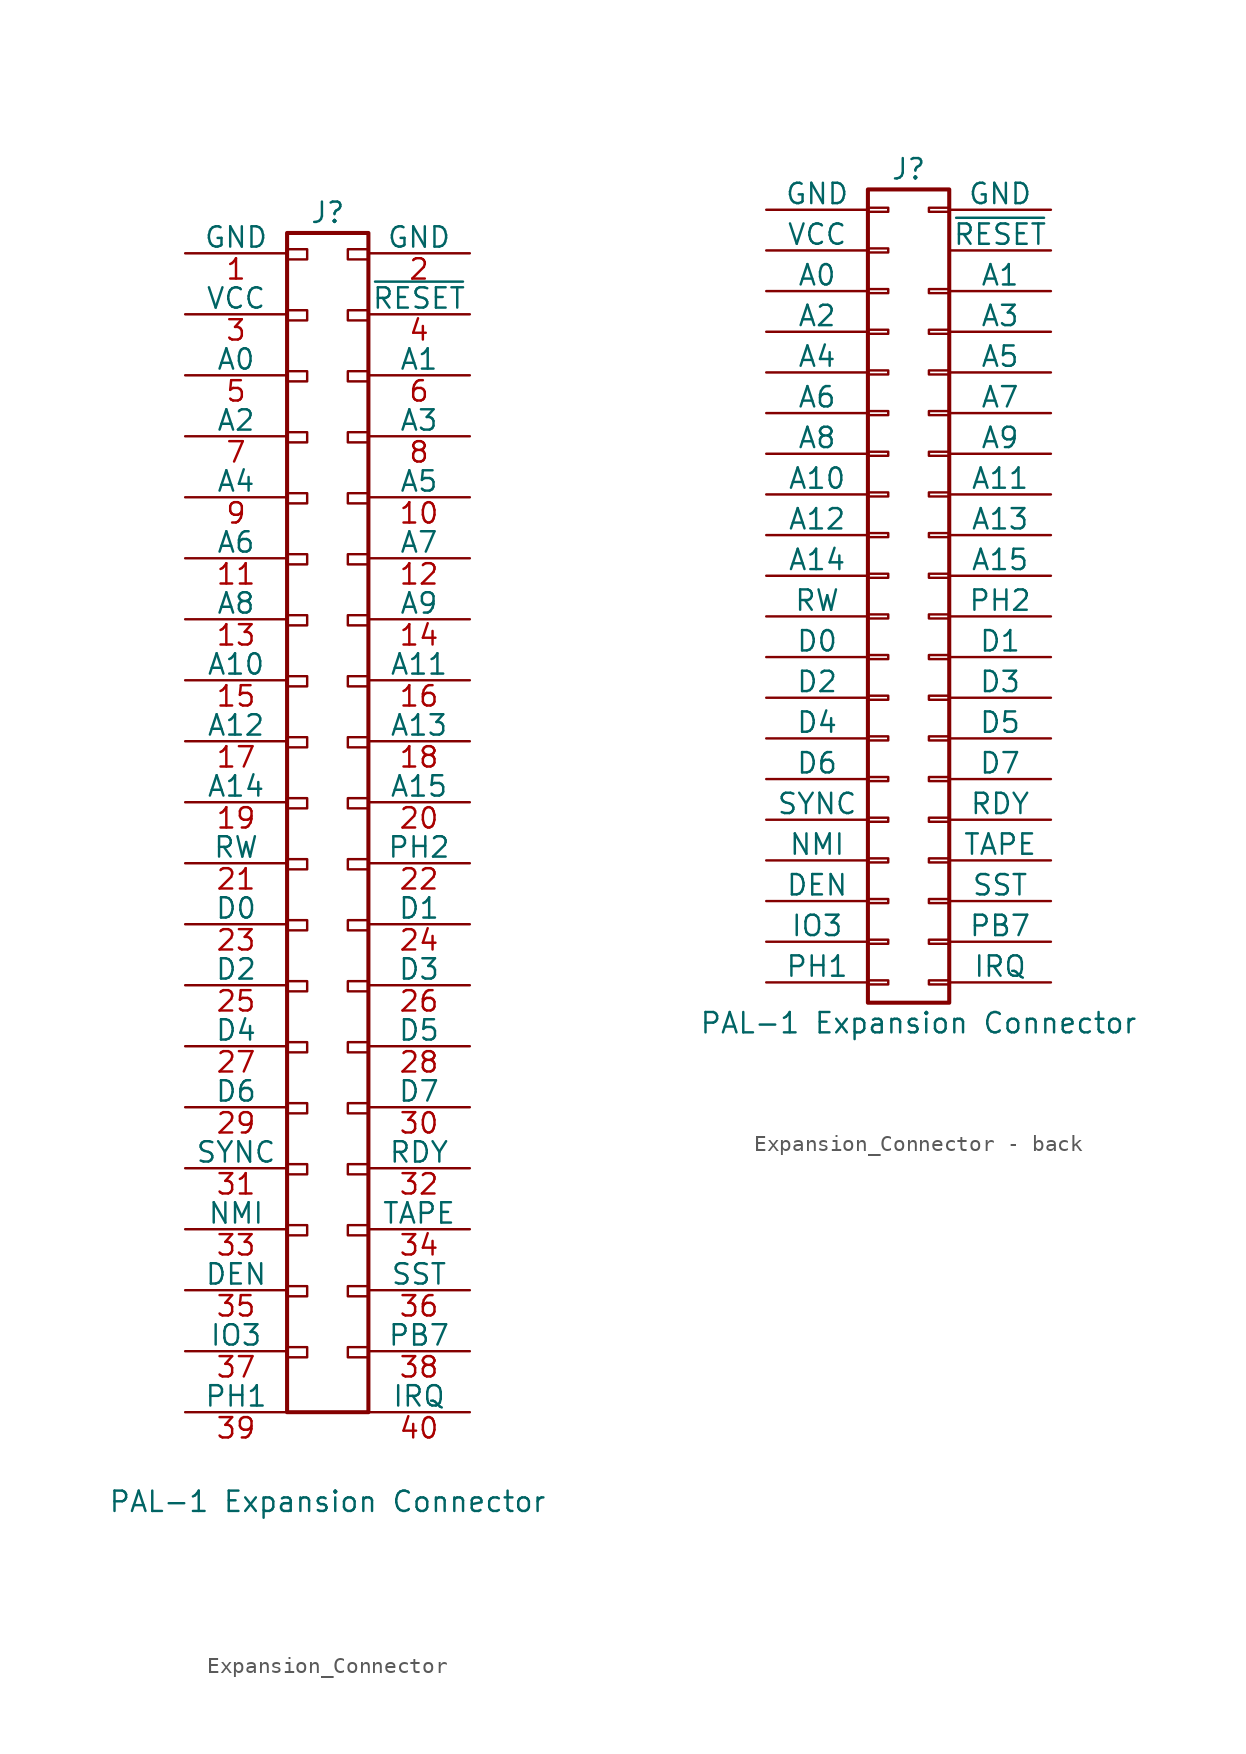
<source format=kicad_sym>
(kicad_symbol_lib
  (version 20231120)
  (generator "kicad_symbol_editor")
  (generator_version "8.0")
  (symbol "Expansion_Connector"
    (pin_names
      (offset 0))
    (property "Reference" "J"
      (at 1.285 25.4 0)
      (effects (font (size 1.27 1.27))))
    (property "Value" "PAL-1 Expansion Connector"
      (at 1.27 -55.118 0)
      (effects (font (size 1.27 1.27))))
    (symbol "Expansion_Connector_1_1"
      (rectangle (start -1.27 -45.466) (end 0 -46.101) (stroke (width 0.152) (type default)) (fill (type none)))
      (rectangle (start -1.27 -41.656) (end 0 -42.291) (stroke (width 0.152) (type default)) (fill (type none)))
      (rectangle (start -1.27 -37.846) (end 0 -38.481) (stroke (width 0.152) (type default)) (fill (type none)))
      (rectangle (start -1.27 -34.036) (end 0 -34.671) (stroke (width 0.152) (type default)) (fill (type none)))
      (rectangle (start -1.27 -30.226) (end 0 -30.861) (stroke (width 0.152) (type default)) (fill (type none)))
      (rectangle (start -1.27 -26.416) (end 0 -27.051) (stroke (width 0.152) (type default)) (fill (type none)))
      (rectangle (start -1.27 -22.606) (end 0 -23.241) (stroke (width 0.152) (type default)) (fill (type none)))
      (rectangle (start -1.27 -18.796) (end 0 -19.431) (stroke (width 0.152) (type default)) (fill (type none)))
      (rectangle (start -1.27 -14.986) (end 0 -15.621) (stroke (width 0.152) (type default)) (fill (type none)))
      (rectangle (start -1.27 -11.176) (end 0 -11.811) (stroke (width 0.152) (type default)) (fill (type none)))
      (rectangle (start -1.27 -7.366) (end 0 -8.001) (stroke (width 0.152) (type default)) (fill (type none)))
      (rectangle (start -1.27 -3.556) (end 0 -4.191) (stroke (width 0.152) (type default)) (fill (type none)))
      (rectangle (start -1.27 0.254) (end 0 -0.381) (stroke (width 0.152) (type default)) (fill (type none)))
      (rectangle (start -1.27 4.064) (end 0 3.429) (stroke (width 0.152) (type default)) (fill (type none)))
      (rectangle (start -1.27 7.874) (end 0 7.239) (stroke (width 0.152) (type default)) (fill (type none)))
      (rectangle (start -1.27 11.684) (end 0 11.049) (stroke (width 0.152) (type default)) (fill (type none)))
      (rectangle (start -1.27 15.494) (end 0 14.859) (stroke (width 0.152) (type default)) (fill (type none)))
      (rectangle (start -1.27 19.304) (end 0 18.669) (stroke (width 0.152) (type default)) (fill (type none)))
      (rectangle (start -1.27 23.114) (end 0 22.479) (stroke (width 0.152) (type default)) (fill (type none)))
      (rectangle (start -1.255 24.13) (end 3.825 -49.53) (stroke (width 0.254) (type default)) (fill (type none)))
      (rectangle (start 2.54 -45.466) (end 3.81 -46.101) (stroke (width 0.152) (type default)) (fill (type none)))
      (rectangle (start 2.54 -41.656) (end 3.81 -42.291) (stroke (width 0.152) (type default)) (fill (type none)))
      (rectangle (start 2.54 -37.846) (end 3.81 -38.481) (stroke (width 0.152) (type default)) (fill (type none)))
      (rectangle (start 2.54 -34.036) (end 3.81 -34.671) (stroke (width 0.152) (type default)) (fill (type none)))
      (rectangle (start 2.54 -30.226) (end 3.81 -30.861) (stroke (width 0.152) (type default)) (fill (type none)))
      (rectangle (start 2.54 -26.416) (end 3.81 -27.051) (stroke (width 0.152) (type default)) (fill (type none)))
      (rectangle (start 2.54 -22.606) (end 3.81 -23.241) (stroke (width 0.152) (type default)) (fill (type none)))
      (rectangle (start 2.54 -18.796) (end 3.81 -19.431) (stroke (width 0.152) (type default)) (fill (type none)))
      (rectangle (start 2.54 -14.986) (end 3.81 -15.621) (stroke (width 0.152) (type default)) (fill (type none)))
      (rectangle (start 2.54 -11.176) (end 3.81 -11.811) (stroke (width 0.152) (type default)) (fill (type none)))
      (rectangle (start 2.54 -7.366) (end 3.81 -8.001) (stroke (width 0.152) (type default)) (fill (type none)))
      (rectangle (start 2.54 -3.556) (end 3.81 -4.191) (stroke (width 0.152) (type default)) (fill (type none)))
      (rectangle (start 2.54 0.254) (end 3.81 -0.381) (stroke (width 0.152) (type default)) (fill (type none)))
      (rectangle (start 2.54 4.064) (end 3.81 3.429) (stroke (width 0.152) (type default)) (fill (type none)))
      (rectangle (start 2.54 7.874) (end 3.81 7.239) (stroke (width 0.152) (type default)) (fill (type none)))
      (rectangle (start 2.54 11.684) (end 3.81 11.049) (stroke (width 0.152) (type default)) (fill (type none)))
      (rectangle (start 2.54 15.494) (end 3.81 14.859) (stroke (width 0.152) (type default)) (fill (type none)))
      (rectangle (start 2.54 19.304) (end 3.81 18.669) (stroke (width 0.152) (type default)) (fill (type none)))
      (rectangle (start 2.54 23.114) (end 3.81 22.479) (stroke (width 0.152) (type default)) (fill (type none)))
      (pin power_in line (at -7.62 22.86 0) (length 6.35) (name "GND" (effects (font (size 1.27 1.27)))) (number "1" (effects (font (size 1.27 1.27)))))
      (pin passive line (at 10.16 7.62 180) (length 6.35) (name "A5" (effects (font (size 1.27 1.27)))) (number "10" (effects (font (size 1.27 1.27)))))
      (pin passive line (at -7.62 3.81 0) (length 6.35) (name "A6" (effects (font (size 1.27 1.27)))) (number "11" (effects (font (size 1.27 1.27)))))
      (pin passive line (at 10.16 3.81 180) (length 6.35) (name "A7" (effects (font (size 1.27 1.27)))) (number "12" (effects (font (size 1.27 1.27)))))
      (pin passive line (at -7.62 0 0) (length 6.35) (name "A8" (effects (font (size 1.27 1.27)))) (number "13" (effects (font (size 1.27 1.27)))))
      (pin passive line (at 10.16 0 180) (length 6.35) (name "A9" (effects (font (size 1.27 1.27)))) (number "14" (effects (font (size 1.27 1.27)))))
      (pin passive line (at -7.62 -3.81 0) (length 6.35) (name "A10" (effects (font (size 1.27 1.27)))) (number "15" (effects (font (size 1.27 1.27)))))
      (pin passive line (at 10.16 -3.81 180) (length 6.35) (name "A11" (effects (font (size 1.27 1.27)))) (number "16" (effects (font (size 1.27 1.27)))))
      (pin passive line (at -7.62 -7.62 0) (length 6.35) (name "A12" (effects (font (size 1.27 1.27)))) (number "17" (effects (font (size 1.27 1.27)))))
      (pin passive line (at 10.16 -7.62 180) (length 6.35) (name "A13" (effects (font (size 1.27 1.27)))) (number "18" (effects (font (size 1.27 1.27)))))
      (pin passive line (at -7.62 -11.43 0) (length 6.35) (name "A14" (effects (font (size 1.27 1.27)))) (number "19" (effects (font (size 1.27 1.27)))))
      (pin power_in line (at 10.16 22.86 180) (length 6.35) (name "GND" (effects (font (size 1.27 1.27)))) (number "2" (effects (font (size 1.27 1.27)))))
      (pin passive line (at 10.16 -11.43 180) (length 6.35) (name "A15" (effects (font (size 1.27 1.27)))) (number "20" (effects (font (size 1.27 1.27)))))
      (pin passive line (at -7.62 -15.24 0) (length 6.35) (name "RW" (effects (font (size 1.27 1.27)))) (number "21" (effects (font (size 1.27 1.27)))))
      (pin passive line (at 10.16 -15.24 180) (length 6.35) (name "PH2" (effects (font (size 1.27 1.27)))) (number "22" (effects (font (size 1.27 1.27)))))
      (pin passive line (at -7.62 -19.05 0) (length 6.35) (name "D0" (effects (font (size 1.27 1.27)))) (number "23" (effects (font (size 1.27 1.27)))))
      (pin passive line (at 10.16 -19.05 180) (length 6.35) (name "D1" (effects (font (size 1.27 1.27)))) (number "24" (effects (font (size 1.27 1.27)))))
      (pin passive line (at -7.62 -22.86 0) (length 6.35) (name "D2" (effects (font (size 1.27 1.27)))) (number "25" (effects (font (size 1.27 1.27)))))
      (pin passive line (at 10.16 -22.86 180) (length 6.35) (name "D3" (effects (font (size 1.27 1.27)))) (number "26" (effects (font (size 1.27 1.27)))))
      (pin passive line (at -7.62 -26.67 0) (length 6.35) (name "D4" (effects (font (size 1.27 1.27)))) (number "27" (effects (font (size 1.27 1.27)))))
      (pin passive line (at 10.16 -26.67 180) (length 6.35) (name "D5" (effects (font (size 1.27 1.27)))) (number "28" (effects (font (size 1.27 1.27)))))
      (pin passive line (at -7.62 -30.48 0) (length 6.35) (name "D6" (effects (font (size 1.27 1.27)))) (number "29" (effects (font (size 1.27 1.27)))))
      (pin passive line (at -7.62 19.05 0) (length 6.35) (name "VCC" (effects (font (size 1.27 1.27)))) (number "3" (effects (font (size 1.27 1.27)))))
      (pin passive line (at 10.16 -30.48 180) (length 6.35) (name "D7" (effects (font (size 1.27 1.27)))) (number "30" (effects (font (size 1.27 1.27)))))
      (pin passive line (at -7.62 -34.29 0) (length 6.35) (name "SYNC" (effects (font (size 1.27 1.27)))) (number "31" (effects (font (size 1.27 1.27)))))
      (pin passive line (at 10.16 -34.29 180) (length 6.35) (name "RDY" (effects (font (size 1.27 1.27)))) (number "32" (effects (font (size 1.27 1.27)))))
      (pin passive line (at -7.62 -38.1 0) (length 6.35) (name "NMI" (effects (font (size 1.27 1.27)))) (number "33" (effects (font (size 1.27 1.27)))))
      (pin passive line (at 10.16 -38.1 180) (length 6.35) (name "TAPE" (effects (font (size 1.27 1.27)))) (number "34" (effects (font (size 1.27 1.27)))))
      (pin passive line (at -7.62 -41.91 0) (length 6.35) (name "DEN" (effects (font (size 1.27 1.27)))) (number "35" (effects (font (size 1.27 1.27)))))
      (pin passive line (at 10.16 -41.91 180) (length 6.35) (name "SST" (effects (font (size 1.27 1.27)))) (number "36" (effects (font (size 1.27 1.27)))))
      (pin passive line (at -7.62 -45.72 0) (length 6.35) (name "IO3" (effects (font (size 1.27 1.27)))) (number "37" (effects (font (size 1.27 1.27)))))
      (pin passive line (at 10.16 -45.72 180) (length 6.35) (name "PB7" (effects (font (size 1.27 1.27)))) (number "38" (effects (font (size 1.27 1.27)))))
      (pin passive line (at -7.62 -49.53 0) (length 6.35) (name "PH1" (effects (font (size 1.27 1.27)))) (number "39" (effects (font (size 1.27 1.27)))))
      (pin passive line (at 10.16 19.05 180) (length 6.35) (name "~{RESET}" (effects (font (size 1.27 1.27)))) (number "4" (effects (font (size 1.27 1.27)))))
      (pin passive line (at 10.16 -49.53 180) (length 6.35) (name "IRQ" (effects (font (size 1.27 1.27)))) (number "40" (effects (font (size 1.27 1.27)))))
      (pin passive line (at -7.62 15.24 0) (length 6.35) (name "A0" (effects (font (size 1.27 1.27)))) (number "5" (effects (font (size 1.27 1.27)))))
      (pin passive line (at 10.16 15.24 180) (length 6.35) (name "A1" (effects (font (size 1.27 1.27)))) (number "6" (effects (font (size 1.27 1.27)))))
      (pin passive line (at -7.62 11.43 0) (length 6.35) (name "A2" (effects (font (size 1.27 1.27)))) (number "7" (effects (font (size 1.27 1.27)))))
      (pin passive line (at 10.16 11.43 180) (length 6.35) (name "A3" (effects (font (size 1.27 1.27)))) (number "8" (effects (font (size 1.27 1.27)))))
      (pin passive line (at -7.62 7.62 0) (length 6.35) (name "A4" (effects (font (size 1.27 1.27)))) (number "9" (effects (font (size 1.27 1.27)))))))
  (symbol "Expansion_Connector - back"
    (pin_numbers hide)
    (pin_names
      (offset 0))
    (property "Reference" "J"
      (at 1.285 25.4 0)
      (effects (font (size 1.27 1.27))))
    (property "Value" "PAL-1 Expansion Connector"
      (at 1.905 -27.94 0)
      (effects (font (size 1.27 1.27))))
    (symbol "Expansion_Connector - back_1_1"
      (rectangle (start -1.255 -25.273) (end 0.015 -25.527) (stroke (width 0.152) (type default)) (fill (type none)))
      (rectangle (start -1.255 -22.733) (end 0.015 -22.987) (stroke (width 0.152) (type default)) (fill (type none)))
      (rectangle (start -1.255 -20.193) (end 0.015 -20.447) (stroke (width 0.152) (type default)) (fill (type none)))
      (rectangle (start -1.255 -17.653) (end 0.015 -17.907) (stroke (width 0.152) (type default)) (fill (type none)))
      (rectangle (start -1.255 -15.113) (end 0.015 -15.367) (stroke (width 0.152) (type default)) (fill (type none)))
      (rectangle (start -1.255 -12.573) (end 0.015 -12.827) (stroke (width 0.152) (type default)) (fill (type none)))
      (rectangle (start -1.255 -10.033) (end 0.015 -10.287) (stroke (width 0.152) (type default)) (fill (type none)))
      (rectangle (start -1.255 -7.493) (end 0.015 -7.747) (stroke (width 0.152) (type default)) (fill (type none)))
      (rectangle (start -1.255 -4.953) (end 0.015 -5.207) (stroke (width 0.152) (type default)) (fill (type none)))
      (rectangle (start -1.255 -2.413) (end 0.015 -2.667) (stroke (width 0.152) (type default)) (fill (type none)))
      (rectangle (start -1.255 0.127) (end 0.015 -0.127) (stroke (width 0.152) (type default)) (fill (type none)))
      (rectangle (start -1.255 2.667) (end 0.015 2.413) (stroke (width 0.152) (type default)) (fill (type none)))
      (rectangle (start -1.255 5.207) (end 0.015 4.953) (stroke (width 0.152) (type default)) (fill (type none)))
      (rectangle (start -1.255 7.747) (end 0.015 7.493) (stroke (width 0.152) (type default)) (fill (type none)))
      (rectangle (start -1.255 10.287) (end 0.015 10.033) (stroke (width 0.152) (type default)) (fill (type none)))
      (rectangle (start -1.255 12.827) (end 0.015 12.573) (stroke (width 0.152) (type default)) (fill (type none)))
      (rectangle (start -1.255 15.367) (end 0.015 15.113) (stroke (width 0.152) (type default)) (fill (type none)))
      (rectangle (start -1.255 17.907) (end 0.015 17.653) (stroke (width 0.152) (type default)) (fill (type none)))
      (rectangle (start -1.255 20.447) (end 0.015 20.193) (stroke (width 0.152) (type default)) (fill (type none)))
      (rectangle (start -1.255 22.987) (end 0.015 22.733) (stroke (width 0.152) (type default)) (fill (type none)))
      (rectangle (start -1.255 24.13) (end 3.825 -26.67) (stroke (width 0.254) (type default)) (fill (type none)))
      (rectangle (start 2.555 -15.113) (end 3.825 -15.367) (stroke (width 0.152) (type default)) (fill (type none)))
      (rectangle (start 3.825 -25.273) (end 2.555 -25.527) (stroke (width 0.152) (type default)) (fill (type none)))
      (rectangle (start 3.825 -22.733) (end 2.555 -22.987) (stroke (width 0.152) (type default)) (fill (type none)))
      (rectangle (start 3.825 -20.193) (end 2.555 -20.447) (stroke (width 0.152) (type default)) (fill (type none)))
      (rectangle (start 3.825 -17.653) (end 2.555 -17.907) (stroke (width 0.152) (type default)) (fill (type none)))
      (rectangle (start 3.825 -12.573) (end 2.555 -12.827) (stroke (width 0.152) (type default)) (fill (type none)))
      (rectangle (start 3.825 -10.033) (end 2.555 -10.287) (stroke (width 0.152) (type default)) (fill (type none)))
      (rectangle (start 3.825 -7.493) (end 2.555 -7.747) (stroke (width 0.152) (type default)) (fill (type none)))
      (rectangle (start 3.825 -4.953) (end 2.555 -5.207) (stroke (width 0.152) (type default)) (fill (type none)))
      (rectangle (start 3.825 -2.413) (end 2.555 -2.667) (stroke (width 0.152) (type default)) (fill (type none)))
      (rectangle (start 3.825 0.127) (end 2.555 -0.127) (stroke (width 0.152) (type default)) (fill (type none)))
      (rectangle (start 3.825 2.667) (end 2.555 2.413) (stroke (width 0.152) (type default)) (fill (type none)))
      (rectangle (start 3.825 5.207) (end 2.555 4.953) (stroke (width 0.152) (type default)) (fill (type none)))
      (rectangle (start 3.825 7.747) (end 2.555 7.493) (stroke (width 0.152) (type default)) (fill (type none)))
      (rectangle (start 3.825 10.287) (end 2.555 10.033) (stroke (width 0.152) (type default)) (fill (type none)))
      (rectangle (start 3.825 12.827) (end 2.555 12.573) (stroke (width 0.152) (type default)) (fill (type none)))
      (rectangle (start 3.825 15.367) (end 2.555 15.113) (stroke (width 0.152) (type default)) (fill (type none)))
      (rectangle (start 3.825 17.907) (end 2.555 17.653) (stroke (width 0.152) (type default)) (fill (type none)))
      (rectangle (start 3.825 22.987) (end 2.555 22.733) (stroke (width 0.152) (type default)) (fill (type none)))
      (pin power_out line (at -7.605 22.86 0) (length 6.35) (name "GND" (effects (font (size 1.27 1.27)))) (number "1" (effects (font (size 1.27 1.27)))))
      (pin passive line (at 10.175 12.7 180) (length 6.35) (name "A5" (effects (font (size 1.27 1.27)))) (number "10" (effects (font (size 1.27 1.27)))))
      (pin passive line (at -7.605 10.16 0) (length 6.35) (name "A6" (effects (font (size 1.27 1.27)))) (number "11" (effects (font (size 1.27 1.27)))))
      (pin passive line (at 10.175 10.16 180) (length 6.35) (name "A7" (effects (font (size 1.27 1.27)))) (number "12" (effects (font (size 1.27 1.27)))))
      (pin passive line (at -7.605 7.62 0) (length 6.35) (name "A8" (effects (font (size 1.27 1.27)))) (number "13" (effects (font (size 1.27 1.27)))))
      (pin passive line (at 10.175 7.62 180) (length 6.35) (name "A9" (effects (font (size 1.27 1.27)))) (number "14" (effects (font (size 1.27 1.27)))))
      (pin passive line (at -7.605 5.08 0) (length 6.35) (name "A10" (effects (font (size 1.27 1.27)))) (number "15" (effects (font (size 1.27 1.27)))))
      (pin passive line (at 10.175 5.08 180) (length 6.35) (name "A11" (effects (font (size 1.27 1.27)))) (number "16" (effects (font (size 1.27 1.27)))))
      (pin passive line (at -7.605 2.54 0) (length 6.35) (name "A12" (effects (font (size 1.27 1.27)))) (number "17" (effects (font (size 1.27 1.27)))))
      (pin passive line (at 10.175 2.54 180) (length 6.35) (name "A13" (effects (font (size 1.27 1.27)))) (number "18" (effects (font (size 1.27 1.27)))))
      (pin passive line (at -7.605 0 0) (length 6.35) (name "A14" (effects (font (size 1.27 1.27)))) (number "19" (effects (font (size 1.27 1.27)))))
      (pin passive line (at 10.175 22.86 180) (length 6.35) (name "GND" (effects (font (size 1.27 1.27)))) (number "2" (effects (font (size 1.27 1.27)))))
      (pin passive line (at 10.175 0 180) (length 6.35) (name "A15" (effects (font (size 1.27 1.27)))) (number "20" (effects (font (size 1.27 1.27)))))
      (pin passive line (at -7.605 -2.54 0) (length 6.35) (name "RW" (effects (font (size 1.27 1.27)))) (number "21" (effects (font (size 1.27 1.27)))))
      (pin passive line (at 10.175 -2.54 180) (length 6.35) (name "PH2" (effects (font (size 1.27 1.27)))) (number "22" (effects (font (size 1.27 1.27)))))
      (pin passive line (at -7.605 -5.08 0) (length 6.35) (name "D0" (effects (font (size 1.27 1.27)))) (number "23" (effects (font (size 1.27 1.27)))))
      (pin passive line (at 10.175 -5.08 180) (length 6.35) (name "D1" (effects (font (size 1.27 1.27)))) (number "24" (effects (font (size 1.27 1.27)))))
      (pin passive line (at -7.605 -7.62 0) (length 6.35) (name "D2" (effects (font (size 1.27 1.27)))) (number "25" (effects (font (size 1.27 1.27)))))
      (pin passive line (at 10.175 -7.62 180) (length 6.35) (name "D3" (effects (font (size 1.27 1.27)))) (number "26" (effects (font (size 1.27 1.27)))))
      (pin passive line (at -7.605 -10.16 0) (length 6.35) (name "D4" (effects (font (size 1.27 1.27)))) (number "27" (effects (font (size 1.27 1.27)))))
      (pin passive line (at 10.175 -10.16 180) (length 6.35) (name "D5" (effects (font (size 1.27 1.27)))) (number "28" (effects (font (size 1.27 1.27)))))
      (pin passive line (at -7.605 -12.7 0) (length 6.35) (name "D6" (effects (font (size 1.27 1.27)))) (number "29" (effects (font (size 1.27 1.27)))))
      (pin passive line (at -7.605 20.32 0) (length 6.35) (name "VCC" (effects (font (size 1.27 1.27)))) (number "3" (effects (font (size 1.27 1.27)))))
      (pin passive line (at 10.175 -12.7 180) (length 6.35) (name "D7" (effects (font (size 1.27 1.27)))) (number "30" (effects (font (size 1.27 1.27)))))
      (pin passive line (at -7.605 -15.24 0) (length 6.35) (name "SYNC" (effects (font (size 1.27 1.27)))) (number "31" (effects (font (size 1.27 1.27)))))
      (pin passive line (at 10.175 -15.24 180) (length 6.35) (name "RDY" (effects (font (size 1.27 1.27)))) (number "32" (effects (font (size 1.27 1.27)))))
      (pin passive line (at -7.605 -17.78 0) (length 6.35) (name "NMI" (effects (font (size 1.27 1.27)))) (number "33" (effects (font (size 1.27 1.27)))))
      (pin passive line (at 10.175 -17.78 180) (length 6.35) (name "TAPE" (effects (font (size 1.27 1.27)))) (number "34" (effects (font (size 1.27 1.27)))))
      (pin passive line (at -7.605 -20.32 0) (length 6.35) (name "DEN" (effects (font (size 1.27 1.27)))) (number "35" (effects (font (size 1.27 1.27)))))
      (pin passive line (at 10.175 -20.32 180) (length 6.35) (name "SST" (effects (font (size 1.27 1.27)))) (number "36" (effects (font (size 1.27 1.27)))))
      (pin passive line (at -7.605 -22.86 0) (length 6.35) (name "IO3" (effects (font (size 1.27 1.27)))) (number "37" (effects (font (size 1.27 1.27)))))
      (pin passive line (at 10.175 -22.86 180) (length 6.35) (name "PB7" (effects (font (size 1.27 1.27)))) (number "38" (effects (font (size 1.27 1.27)))))
      (pin passive line (at -7.605 -25.4 0) (length 6.35) (name "PH1" (effects (font (size 1.27 1.27)))) (number "39" (effects (font (size 1.27 1.27)))))
      (pin passive line (at 10.175 20.32 180) (length 6.35) (name "~{RESET}" (effects (font (size 1.27 1.27)))) (number "4" (effects (font (size 1.27 1.27)))))
      (pin passive line (at 10.175 -25.4 180) (length 6.35) (name "IRQ" (effects (font (size 1.27 1.27)))) (number "40" (effects (font (size 1.27 1.27)))))
      (pin passive line (at -7.605 17.78 0) (length 6.35) (name "A0" (effects (font (size 1.27 1.27)))) (number "5" (effects (font (size 1.27 1.27)))))
      (pin passive line (at 10.175 17.78 180) (length 6.35) (name "A1" (effects (font (size 1.27 1.27)))) (number "6" (effects (font (size 1.27 1.27)))))
      (pin passive line (at -7.605 15.24 0) (length 6.35) (name "A2" (effects (font (size 1.27 1.27)))) (number "7" (effects (font (size 1.27 1.27)))))
      (pin passive line (at 10.175 15.24 180) (length 6.35) (name "A3" (effects (font (size 1.27 1.27)))) (number "8" (effects (font (size 1.27 1.27)))))
      (pin passive line (at -7.605 12.7 0) (length 6.35) (name "A4" (effects (font (size 1.27 1.27)))) (number "9" (effects (font (size 1.27 1.27))))))))
</source>
